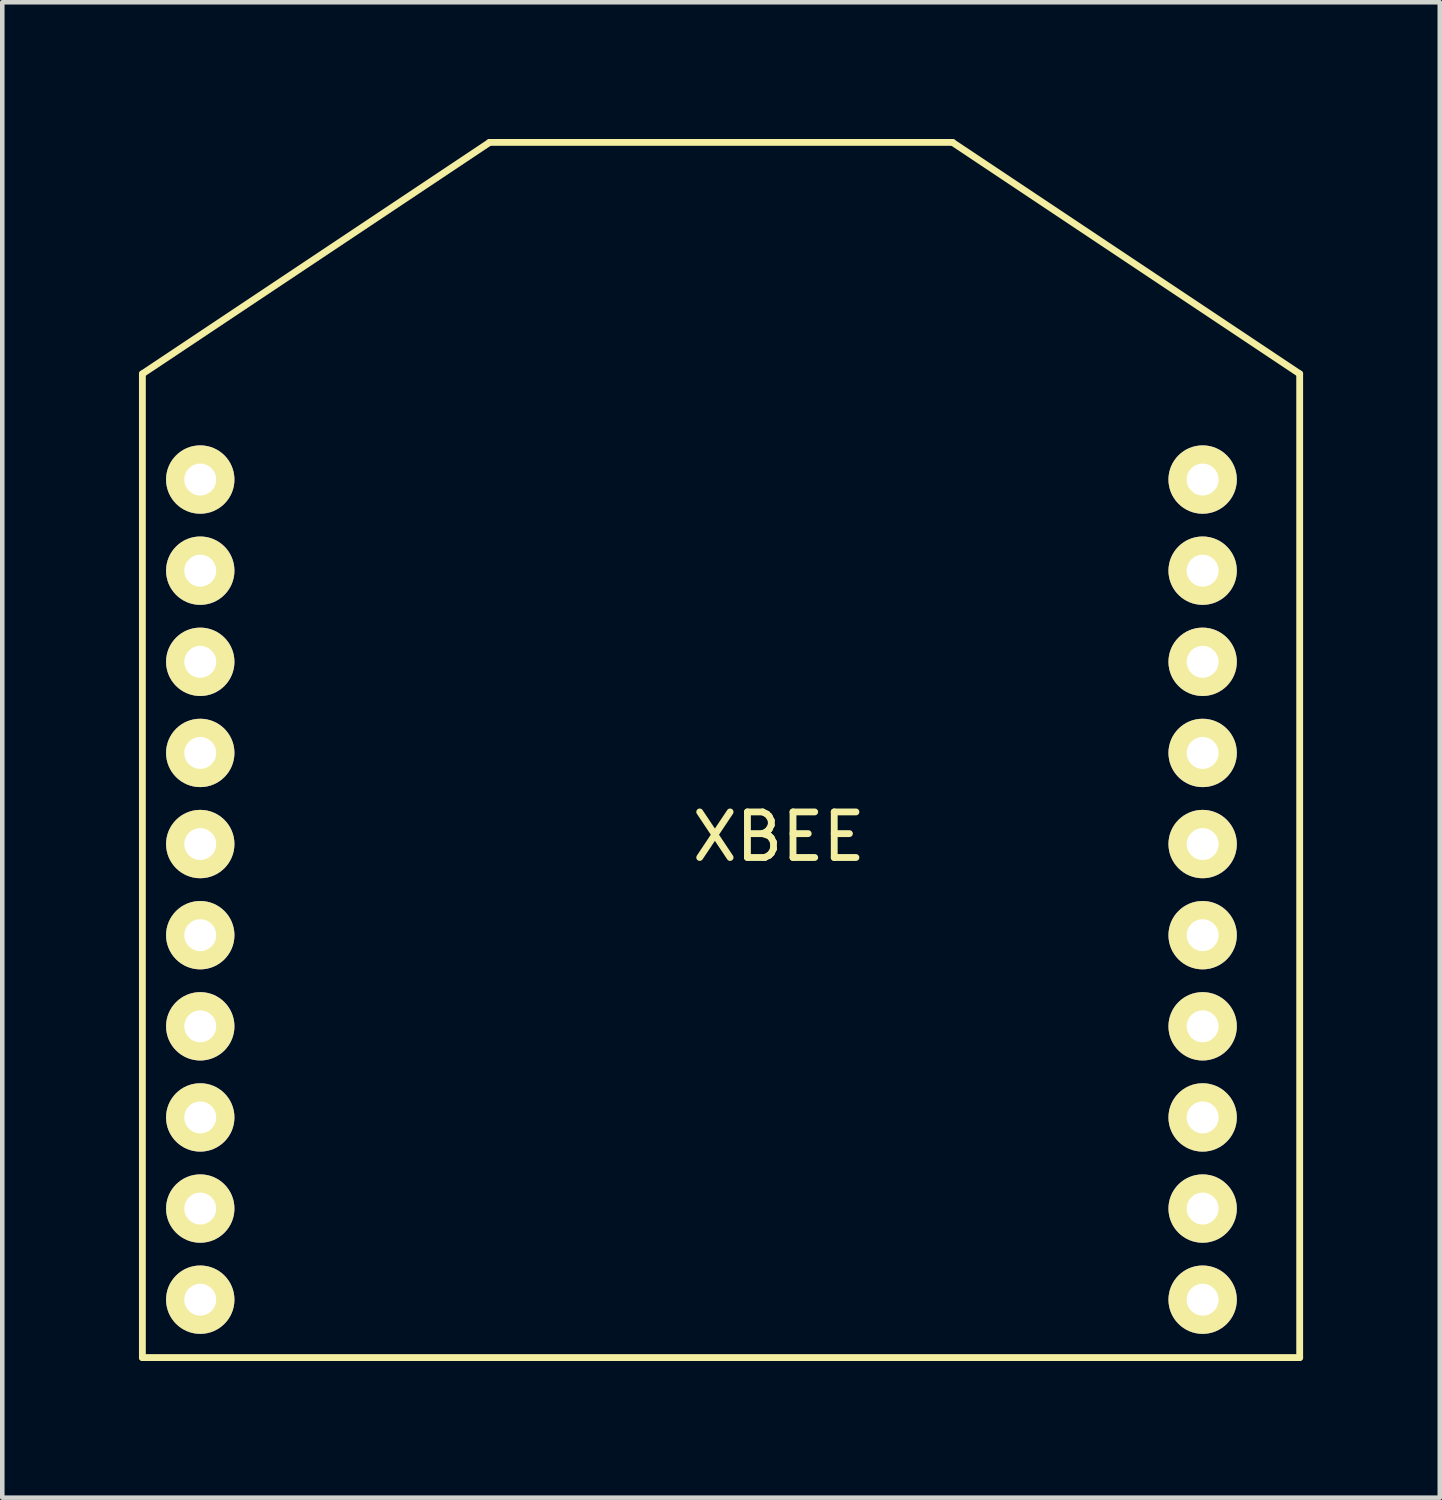
<source format=kicad_pcb>
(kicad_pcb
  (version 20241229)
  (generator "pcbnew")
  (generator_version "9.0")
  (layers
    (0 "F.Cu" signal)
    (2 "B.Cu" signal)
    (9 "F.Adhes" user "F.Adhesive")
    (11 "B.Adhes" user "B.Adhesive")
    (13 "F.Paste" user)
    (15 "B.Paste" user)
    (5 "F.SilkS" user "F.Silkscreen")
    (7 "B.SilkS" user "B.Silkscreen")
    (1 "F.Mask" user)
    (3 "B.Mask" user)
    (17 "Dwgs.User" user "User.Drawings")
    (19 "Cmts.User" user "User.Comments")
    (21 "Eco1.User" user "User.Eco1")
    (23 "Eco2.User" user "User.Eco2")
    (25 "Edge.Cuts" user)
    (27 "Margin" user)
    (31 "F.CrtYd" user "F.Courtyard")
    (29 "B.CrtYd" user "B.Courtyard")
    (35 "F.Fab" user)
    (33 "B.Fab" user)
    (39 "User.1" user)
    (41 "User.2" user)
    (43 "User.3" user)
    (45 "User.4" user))
  (footprint "XBEE"
    (layer "F.Cu")
    (at 12.775 15.315)
    (property "Reference" "XBEE" (at 1.27 0 0) (layer "F.SilkS") (effects (font (size 1 1) (thickness 0.15))))
    (attr through_hole)
    (fp_line (start -12.7 -10.16) (end -5.08 -15.24) (stroke (width 0.15) (type solid)) (layer "F.SilkS"))
    (fp_line (start -12.7 11.43) (end -12.7 -10.16) (stroke (width 0.15) (type solid)) (layer "F.SilkS"))
    (fp_line (start -12.7 11.43) (end 12.7 11.43) (stroke (width 0.15) (type solid)) (layer "F.SilkS"))
    (fp_line (start -5.08 -15.24) (end 5.08 -15.24) (stroke (width 0.15) (type solid)) (layer "F.SilkS"))
    (fp_line (start 5.08 -15.24) (end 12.7 -10.16) (stroke (width 0.15) (type solid)) (layer "F.SilkS"))
    (fp_line (start 12.7 11.43) (end 12.7 -10.16) (stroke (width 0.15) (type solid)) (layer "F.SilkS"))
    (pad "1" thru_hole circle (at -11.43 -7.84) (size 1.5 1.5) (drill 0.7) (layers "*.Cu" "*.Mask" "F.SilkS"))
    (pad "2" thru_hole circle (at -11.43 -5.84) (size 1.5 1.5) (drill 0.7) (layers "*.Cu" "*.Mask" "F.SilkS"))
    (pad "3" thru_hole circle (at -11.43 -3.84) (size 1.5 1.5) (drill 0.7) (layers "*.Cu" "*.Mask" "F.SilkS"))
    (pad "4" thru_hole circle (at -11.43 -1.84) (size 1.5 1.5) (drill 0.7) (layers "*.Cu" "*.Mask" "F.SilkS"))
    (pad "5" thru_hole circle (at -11.43 0.16) (size 1.5 1.5) (drill 0.7) (layers "*.Cu" "*.Mask" "F.SilkS"))
    (pad "6" thru_hole circle (at -11.43 2.16) (size 1.5 1.5) (drill 0.7) (layers "*.Cu" "*.Mask" "F.SilkS"))
    (pad "7" thru_hole circle (at -11.43 4.16) (size 1.5 1.5) (drill 0.7) (layers "*.Cu" "*.Mask" "F.SilkS"))
    (pad "8" thru_hole circle (at -11.43 6.16) (size 1.5 1.5) (drill 0.7) (layers "*.Cu" "*.Mask" "F.SilkS"))
    (pad "9" thru_hole circle (at -11.43 8.16) (size 1.5 1.5) (drill 0.7) (layers "*.Cu" "*.Mask" "F.SilkS"))
    (pad "10" thru_hole circle (at -11.43 10.16) (size 1.5 1.5) (drill 0.7) (layers "*.Cu" "*.Mask" "F.SilkS"))
    (pad "11" thru_hole circle (at 10.57 10.16) (size 1.5 1.5) (drill 0.7) (layers "*.Cu" "*.Mask" "F.SilkS"))
    (pad "12" thru_hole circle (at 10.57 8.16) (size 1.5 1.5) (drill 0.7) (layers "*.Cu" "*.Mask" "F.SilkS"))
    (pad "13" thru_hole circle (at 10.57 6.16) (size 1.5 1.5) (drill 0.7) (layers "*.Cu" "*.Mask" "F.SilkS"))
    (pad "14" thru_hole circle (at 10.57 4.16) (size 1.5 1.5) (drill 0.7) (layers "*.Cu" "*.Mask" "F.SilkS"))
    (pad "15" thru_hole circle (at 10.57 2.16) (size 1.5 1.5) (drill 0.7) (layers "*.Cu" "*.Mask" "F.SilkS"))
    (pad "16" thru_hole circle (at 10.57 0.16) (size 1.5 1.5) (drill 0.7) (layers "*.Cu" "*.Mask" "F.SilkS"))
    (pad "17" thru_hole circle (at 10.57 -1.84) (size 1.5 1.5) (drill 0.7) (layers "*.Cu" "*.Mask" "F.SilkS"))
    (pad "18" thru_hole circle (at 10.57 -3.84) (size 1.5 1.5) (drill 0.7) (layers "*.Cu" "*.Mask" "F.SilkS"))
    (pad "19" thru_hole circle (at 10.57 -5.84) (size 1.5 1.5) (drill 0.7) (layers "*.Cu" "*.Mask" "F.SilkS"))
    (pad "20" thru_hole circle (at 10.57 -7.84) (size 1.5 1.5) (drill 0.7) (layers "*.Cu" "*.Mask" "F.SilkS")))
  (gr_rect
    (start -3 -3)
    (end 28.55 29.82)
    (stroke (width 0.1) (type default))
    (fill no)
    (layer "Edge.Cuts")))
</source>
